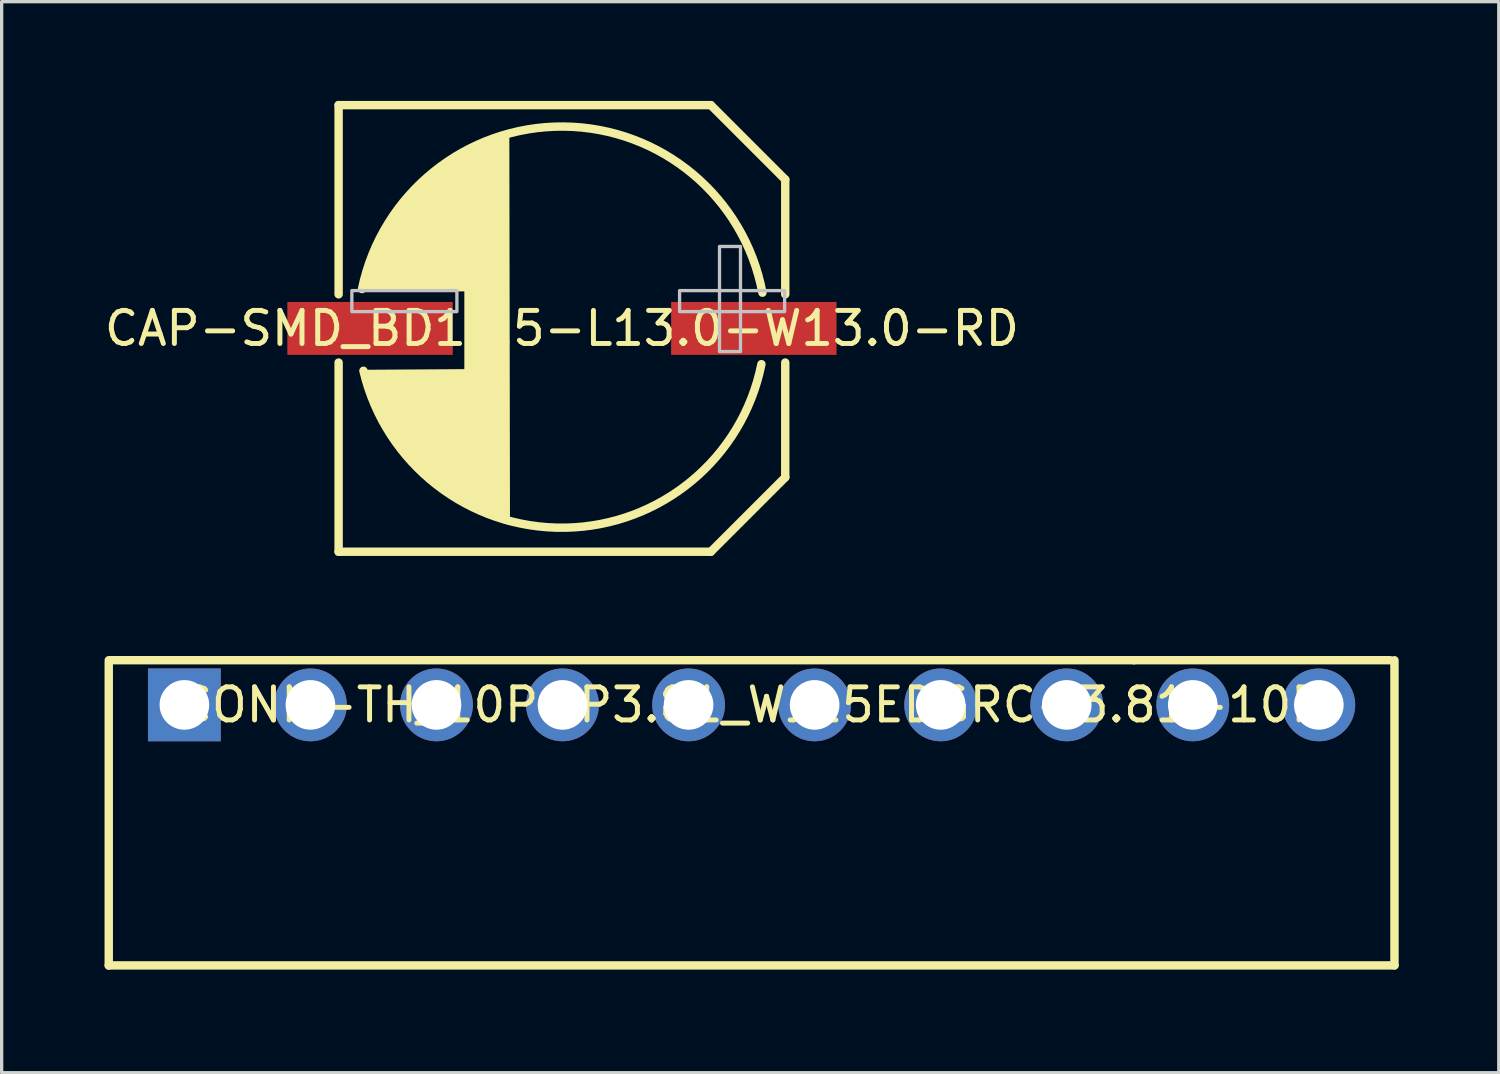
<source format=kicad_pcb>
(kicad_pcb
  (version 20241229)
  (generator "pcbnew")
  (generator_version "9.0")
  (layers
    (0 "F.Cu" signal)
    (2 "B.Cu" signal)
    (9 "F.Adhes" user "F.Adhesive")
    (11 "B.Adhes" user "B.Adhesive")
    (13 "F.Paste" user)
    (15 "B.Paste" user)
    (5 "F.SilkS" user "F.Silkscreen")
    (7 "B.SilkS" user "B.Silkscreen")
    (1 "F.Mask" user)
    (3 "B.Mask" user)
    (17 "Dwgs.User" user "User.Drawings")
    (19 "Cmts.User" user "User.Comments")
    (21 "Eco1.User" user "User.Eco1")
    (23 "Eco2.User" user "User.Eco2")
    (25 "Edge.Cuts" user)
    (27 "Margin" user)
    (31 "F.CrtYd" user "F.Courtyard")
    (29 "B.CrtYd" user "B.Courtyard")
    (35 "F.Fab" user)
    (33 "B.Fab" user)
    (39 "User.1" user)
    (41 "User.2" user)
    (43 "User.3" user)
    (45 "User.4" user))
  (footprint "CONN-TH_10P-P3.81_WJ15EDGRC-3.81-10P"
    (layer "F.Cu")
    (at 19.668 18.256)
    (property "Reference" "CONN-TH_10P-P3.81_WJ15EDGRC-3.81-10P" (at 0 0 0) (unlocked yes) (layer "F.SilkS") (effects (font (size 1 1) (thickness 0.15))))
    (fp_line (start -19.431 -1.35) (end 11.557 -1.35) (stroke (width 0.254) (type default)) (layer "F.SilkS"))
    (fp_line (start -19.431 -1.27) (end -19.431 7.88) (stroke (width 0.254) (type default)) (layer "F.SilkS"))
    (fp_line (start -19.431 7.874) (end 19.431 7.874) (stroke (width 0.254) (type default)) (layer "F.SilkS"))
    (fp_line (start 11.557 -1.35) (end 19.304 -1.35) (stroke (width 0.254) (type default)) (layer "F.SilkS"))
    (fp_line (start 19.431 -1.35) (end 19.431 7.874) (stroke (width 0.254) (type default)) (layer "F.SilkS"))
    (fp_poly (pts (xy -16.495 0) (xy -16.514 -0.156) (xy -16.569 -0.302) (xy -16.658 -0.431) (xy -16.776 -0.535) (xy -16.915 -0.608) (xy -17.067 -0.645) (xy -17.223 -0.645) (xy -17.375 -0.608) (xy -17.514 -0.535) (xy -17.632 -0.431) (xy -17.721 -0.302) (xy -17.776 -0.156) (xy -17.795 0) (xy -17.776 0.156) (xy -17.721 0.302) (xy -17.632 0.431) (xy -17.514 0.535) (xy -17.375 0.608) (xy -17.223 0.645) (xy -17.067 0.645) (xy -16.915 0.608) (xy -16.776 0.535) (xy -16.658 0.431) (xy -16.569 0.302) (xy -16.514 0.156)) (stroke (width 0.1) (type default)) (fill no) (layer "User.1"))
    (fp_poly (pts (xy -12.685 0) (xy -12.704 -0.156) (xy -12.759 -0.302) (xy -12.848 -0.431) (xy -12.966 -0.535) (xy -13.105 -0.608) (xy -13.257 -0.645) (xy -13.413 -0.645) (xy -13.565 -0.608) (xy -13.704 -0.535) (xy -13.822 -0.431) (xy -13.911 -0.302) (xy -13.966 -0.156) (xy -13.985 0) (xy -13.966 0.156) (xy -13.911 0.302) (xy -13.822 0.431) (xy -13.704 0.535) (xy -13.565 0.608) (xy -13.413 0.645) (xy -13.257 0.645) (xy -13.105 0.608) (xy -12.966 0.535) (xy -12.848 0.431) (xy -12.759 0.302) (xy -12.704 0.156)) (stroke (width 0.1) (type default)) (fill no) (layer "User.1"))
    (fp_poly (pts (xy -8.875 0) (xy -8.894 -0.156) (xy -8.949 -0.302) (xy -9.038 -0.431) (xy -9.156 -0.535) (xy -9.295 -0.608) (xy -9.447 -0.645) (xy -9.603 -0.645) (xy -9.755 -0.608) (xy -9.894 -0.535) (xy -10.012 -0.431) (xy -10.101 -0.302) (xy -10.156 -0.156) (xy -10.175 0) (xy -10.156 0.156) (xy -10.101 0.302) (xy -10.012 0.431) (xy -9.894 0.535) (xy -9.755 0.608) (xy -9.603 0.645) (xy -9.447 0.645) (xy -9.295 0.608) (xy -9.156 0.535) (xy -9.038 0.431) (xy -8.949 0.302) (xy -8.894 0.156)) (stroke (width 0.1) (type default)) (fill no) (layer "User.1"))
    (fp_poly (pts (xy -5.065 0) (xy -5.084 -0.156) (xy -5.139 -0.302) (xy -5.228 -0.431) (xy -5.346 -0.535) (xy -5.485 -0.608) (xy -5.637 -0.645) (xy -5.793 -0.645) (xy -5.945 -0.608) (xy -6.084 -0.535) (xy -6.202 -0.431) (xy -6.291 -0.302) (xy -6.346 -0.156) (xy -6.365 0) (xy -6.346 0.156) (xy -6.291 0.302) (xy -6.202 0.431) (xy -6.084 0.535) (xy -5.945 0.608) (xy -5.793 0.645) (xy -5.637 0.645) (xy -5.485 0.608) (xy -5.346 0.535) (xy -5.228 0.431) (xy -5.139 0.302) (xy -5.084 0.156)) (stroke (width 0.1) (type default)) (fill no) (layer "User.1"))
    (fp_poly (pts (xy -1.255 0) (xy -1.274 -0.156) (xy -1.329 -0.302) (xy -1.418 -0.431) (xy -1.536 -0.535) (xy -1.675 -0.608) (xy -1.827 -0.645) (xy -1.983 -0.645) (xy -2.135 -0.608) (xy -2.274 -0.535) (xy -2.392 -0.431) (xy -2.481 -0.302) (xy -2.536 -0.156) (xy -2.555 0) (xy -2.536 0.156) (xy -2.481 0.302) (xy -2.392 0.431) (xy -2.274 0.535) (xy -2.135 0.608) (xy -1.983 0.645) (xy -1.827 0.645) (xy -1.675 0.608) (xy -1.536 0.535) (xy -1.418 0.431) (xy -1.329 0.302) (xy -1.274 0.156)) (stroke (width 0.1) (type default)) (fill no) (layer "User.1"))
    (fp_poly (pts (xy 2.555 0) (xy 2.536 -0.156) (xy 2.481 -0.302) (xy 2.392 -0.431) (xy 2.274 -0.535) (xy 2.135 -0.608) (xy 1.983 -0.645) (xy 1.827 -0.645) (xy 1.675 -0.608) (xy 1.536 -0.535) (xy 1.418 -0.431) (xy 1.329 -0.302) (xy 1.274 -0.156) (xy 1.255 0) (xy 1.274 0.156) (xy 1.329 0.302) (xy 1.418 0.431) (xy 1.536 0.535) (xy 1.675 0.608) (xy 1.827 0.645) (xy 1.983 0.645) (xy 2.135 0.608) (xy 2.274 0.535) (xy 2.392 0.431) (xy 2.481 0.302) (xy 2.536 0.156)) (stroke (width 0.1) (type default)) (fill no) (layer "User.1"))
    (fp_poly (pts (xy 6.365 0) (xy 6.346 -0.156) (xy 6.291 -0.302) (xy 6.202 -0.431) (xy 6.084 -0.535) (xy 5.945 -0.608) (xy 5.793 -0.645) (xy 5.637 -0.645) (xy 5.485 -0.608) (xy 5.346 -0.535) (xy 5.228 -0.431) (xy 5.139 -0.302) (xy 5.084 -0.156) (xy 5.065 0) (xy 5.084 0.156) (xy 5.139 0.302) (xy 5.228 0.431) (xy 5.346 0.535) (xy 5.485 0.608) (xy 5.637 0.645) (xy 5.793 0.645) (xy 5.945 0.608) (xy 6.084 0.535) (xy 6.202 0.431) (xy 6.291 0.302) (xy 6.346 0.156)) (stroke (width 0.1) (type default)) (fill no) (layer "User.1"))
    (fp_poly (pts (xy 10.175 0) (xy 10.156 -0.156) (xy 10.101 -0.302) (xy 10.012 -0.431) (xy 9.894 -0.535) (xy 9.755 -0.608) (xy 9.603 -0.645) (xy 9.447 -0.645) (xy 9.295 -0.608) (xy 9.156 -0.535) (xy 9.038 -0.431) (xy 8.949 -0.302) (xy 8.894 -0.156) (xy 8.875 0) (xy 8.894 0.156) (xy 8.949 0.302) (xy 9.038 0.431) (xy 9.156 0.535) (xy 9.295 0.608) (xy 9.447 0.645) (xy 9.603 0.645) (xy 9.755 0.608) (xy 9.894 0.535) (xy 10.012 0.431) (xy 10.101 0.302) (xy 10.156 0.156)) (stroke (width 0.1) (type default)) (fill no) (layer "User.1"))
    (fp_poly (pts (xy 13.985 0) (xy 13.966 -0.156) (xy 13.911 -0.302) (xy 13.822 -0.431) (xy 13.704 -0.535) (xy 13.565 -0.608) (xy 13.413 -0.645) (xy 13.257 -0.645) (xy 13.105 -0.608) (xy 12.966 -0.535) (xy 12.848 -0.431) (xy 12.759 -0.302) (xy 12.704 -0.156) (xy 12.685 0) (xy 12.704 0.156) (xy 12.759 0.302) (xy 12.848 0.431) (xy 12.966 0.535) (xy 13.105 0.608) (xy 13.257 0.645) (xy 13.413 0.645) (xy 13.565 0.608) (xy 13.704 0.535) (xy 13.822 0.431) (xy 13.911 0.302) (xy 13.966 0.156)) (stroke (width 0.1) (type default)) (fill no) (layer "User.1"))
    (fp_poly (pts (xy 17.795 0) (xy 17.776 -0.156) (xy 17.721 -0.302) (xy 17.632 -0.431) (xy 17.514 -0.535) (xy 17.375 -0.608) (xy 17.223 -0.645) (xy 17.067 -0.645) (xy 16.915 -0.608) (xy 16.776 -0.535) (xy 16.658 -0.431) (xy 16.569 -0.302) (xy 16.514 -0.156) (xy 16.495 0) (xy 16.514 0.156) (xy 16.569 0.302) (xy 16.658 0.431) (xy 16.776 0.535) (xy 16.915 0.608) (xy 17.067 0.645) (xy 17.223 0.645) (xy 17.375 0.608) (xy 17.514 0.535) (xy 17.632 0.431) (xy 17.721 0.302) (xy 17.776 0.156)) (stroke (width 0.1) (type default)) (fill no) (layer "User.1"))
    (fp_line (start -19.558 -1.477) (end 19.558 -1.477) (stroke (width 0.051) (type default)) (layer "User.2"))
    (fp_line (start -19.558 8.007) (end -19.558 -1.477) (stroke (width 0.051) (type default)) (layer "User.2"))
    (fp_line (start 19.558 -1.477) (end 19.558 8.007) (stroke (width 0.051) (type default)) (layer "User.2"))
    (fp_line (start 19.558 8.007) (end -19.558 8.007) (stroke (width 0.051) (type default)) (layer "User.2"))
    (fp_poly (pts (xy -19.498 8.007) (xy -19.516 7.965) (xy -19.558 7.947) (xy -19.6 7.965) (xy -19.618 8.007) (xy -19.6 8.049) (xy -19.558 8.067) (xy -19.516 8.049)) (stroke (width 0.1) (type default)) (fill no) (layer "User.3"))
    (pad "1" thru_hole rect (at -17.145 0) (size 2.2 2.2) (drill 1.5) (layers "*.Cu" "*.Mask"))
    (pad "2" thru_hole circle (at -13.335 0) (size 2.2 2.2) (drill 1.5) (layers "*.Cu" "*.Mask"))
    (pad "3" thru_hole circle (at -9.525 0) (size 2.2 2.2) (drill 1.5) (layers "*.Cu" "*.Mask"))
    (pad "4" thru_hole circle (at -5.715 0) (size 2.2 2.2) (drill 1.5) (layers "*.Cu" "*.Mask"))
    (pad "5" thru_hole circle (at -1.905 0) (size 2.2 2.2) (drill 1.5) (layers "*.Cu" "*.Mask"))
    (pad "6" thru_hole circle (at 1.905 0) (size 2.2 2.2) (drill 1.5) (layers "*.Cu" "*.Mask"))
    (pad "7" thru_hole circle (at 5.715 0) (size 2.2 2.2) (drill 1.5) (layers "*.Cu" "*.Mask"))
    (pad "8" thru_hole circle (at 9.525 0) (size 2.2 2.2) (drill 1.5) (layers "*.Cu" "*.Mask"))
    (pad "9" thru_hole circle (at 13.335 0) (size 2.2 2.2) (drill 1.5) (layers "*.Cu" "*.Mask"))
    (pad "10" thru_hole circle (at 17.145 0) (size 2.2 2.2) (drill 1.5) (layers "*.Cu" "*.Mask")))
  (footprint "CAP-SMD_BD12.5-L13.0-W13.0-RD"
    (layer "F.Cu")
    (at 13.935 6.877)
    (property "Reference" "CAP-SMD_BD12.5-L13.0-W13.0-RD" (at 0 0 0) (unlocked yes) (layer "F.SilkS") (effects (font (size 1 1) (thickness 0.15))))
    (fp_line (start -6.75 -6.75) (end 4.5 -6.75) (stroke (width 0.254) (type default)) (layer "F.SilkS"))
    (fp_line (start -6.75 -1.031) (end -6.75 -6.75) (stroke (width 0.254) (type default)) (layer "F.SilkS"))
    (fp_line (start -6.75 6.75) (end -6.75 1.031) (stroke (width 0.254) (type default)) (layer "F.SilkS"))
    (fp_line (start -6.75 6.75) (end 4.5 6.75) (stroke (width 0.254) (type default)) (layer "F.SilkS"))
    (fp_line (start 4.5 6.75) (end 6.75 4.5) (stroke (width 0.254) (type default)) (layer "F.SilkS"))
    (fp_line (start 6.75 -4.5) (end 4.5 -6.75) (stroke (width 0.254) (type default)) (layer "F.SilkS"))
    (fp_line (start 6.75 -1.031) (end 6.75 -4.5) (stroke (width 0.254) (type default)) (layer "F.SilkS"))
    (fp_line (start 6.75 4.5) (end 6.75 1.031) (stroke (width 0.254) (type default)) (layer "F.SilkS"))
    (fp_arc (start -6.0435 -1.1905) (mid 0.053381 -6.101552) (end 6.06 -1.08) (stroke (width 0.254) (type default)) (layer "F.SilkS"))
    (fp_arc (start 6.03 1.08) (mid 0.095394 6.023404) (end -6 1.28) (stroke (width 0.254) (type default)) (layer "F.SilkS"))
    (fp_poly (pts (xy -1.57 5.92) (xy -1.59 -5.97) (xy -2.25 -5.72) (xy -2.91 -5.49) (xy -3.42 -5.16) (xy -3.75 -4.88) (xy -4.24 -4.55) (xy -4.62 -4.14) (xy -5.07 -3.56) (xy -5.3 -3.02) (xy -5.58 -2.62) (xy -5.71 -2.16) (xy -5.89 -1.74) (xy -6 -1.42) (xy -6.04 -1.16) (xy -6.04 -1.11) (xy -2.95 -1.12) (xy -2.95 0.05) (xy -2.95 1.23) (xy -6 1.25) (xy -5.85 1.83) (xy -5.64 2.45) (xy -5.29 3.13) (xy -4.95 3.7) (xy -4.57 4.12) (xy -4.27 4.45) (xy -3.84 4.82) (xy -3.16 5.25) (xy -2.15 5.75) (xy -1.58 5.95)) (stroke (width 0) (type default)) (fill yes) (layer "F.SilkS"))
    (fp_poly (pts (xy -6.35 -1.143) (xy -3.175 -1.143) (xy -3.175 -0.508) (xy -6.35 -0.508)) (stroke (width 0.1) (type default)) (fill no) (layer "Dwgs.User"))
    (fp_poly (pts (xy 3.556 -1.143) (xy 6.731 -1.143) (xy 6.731 -0.508) (xy 3.556 -0.508)) (stroke (width 0.1) (type default)) (fill no) (layer "Dwgs.User"))
    (fp_poly (pts (xy 4.763 0.699) (xy 4.763 -2.477) (xy 5.397 -2.477) (xy 5.397 0.699)) (stroke (width 0.1) (type default)) (fill no) (layer "Dwgs.User"))
    (fp_poly (pts (xy -7.149 -0.475) (xy -2.749 -0.475) (xy -2.749 0.475) (xy -7.149 0.475)) (stroke (width 0.1) (type default)) (fill no) (layer "User.1"))
    (fp_poly (pts (xy 2.749 -0.475) (xy 7.149 -0.475) (xy 7.149 0.475) (xy 2.749 0.475)) (stroke (width 0.1) (type default)) (fill no) (layer "User.1"))
    (fp_line (start -6.5 -6.5) (end 3.5 -6.5) (stroke (width 0.051) (type default)) (layer "User.2"))
    (fp_line (start -6.5 6.5) (end -6.5 -6.5) (stroke (width 0.051) (type default)) (layer "User.2"))
    (fp_line (start 3.5 -6.5) (end 6.5 -3.5) (stroke (width 0.051) (type default)) (layer "User.2"))
    (fp_line (start 3.5 6.5) (end -6.5 6.5) (stroke (width 0.051) (type default)) (layer "User.2"))
    (fp_line (start 6.5 -3.5) (end 6.5 3.5) (stroke (width 0.051) (type default)) (layer "User.2"))
    (fp_line (start 6.5 3.5) (end 3.5 6.5) (stroke (width 0.051) (type default)) (layer "User.2"))
    (fp_poly (pts (xy 7.209 -6.5) (xy 7.191 -6.542) (xy 7.149 -6.56) (xy 7.107 -6.542) (xy 7.089 -6.5) (xy 7.107 -6.458) (xy 7.149 -6.44) (xy 7.191 -6.458)) (stroke (width 0.1) (type default)) (fill no) (layer "User.3"))
    (pad "1" smd rect (at 5.8 0) (size 5 1.6) (layers "F.Cu" "F.Mask" "F.Paste"))
    (pad "2" smd rect (at -5.8 0) (size 5 1.6) (layers "F.Cu" "F.Mask" "F.Paste")))
  (gr_rect
    (start -3 -3)
    (end 42.252 29.373)
    (stroke (width 0.1) (type default))
    (fill no)
    (layer "Edge.Cuts")))
</source>
